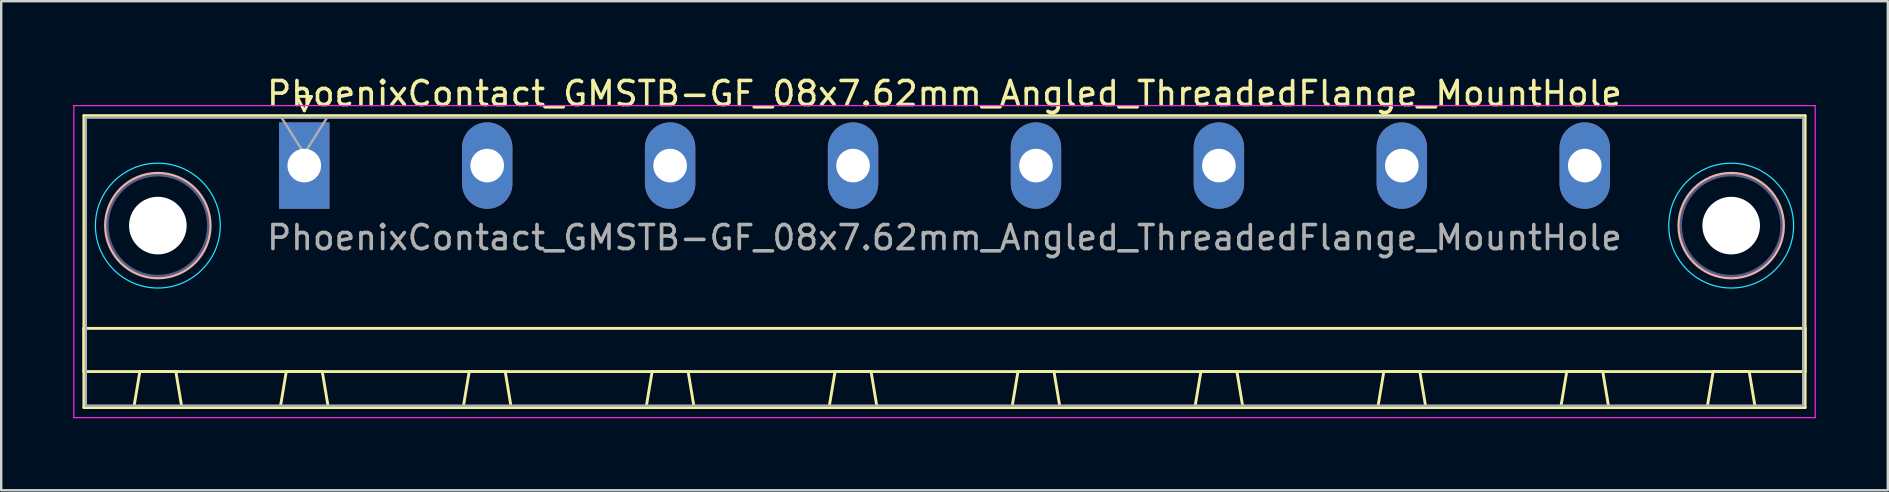
<source format=kicad_pcb>
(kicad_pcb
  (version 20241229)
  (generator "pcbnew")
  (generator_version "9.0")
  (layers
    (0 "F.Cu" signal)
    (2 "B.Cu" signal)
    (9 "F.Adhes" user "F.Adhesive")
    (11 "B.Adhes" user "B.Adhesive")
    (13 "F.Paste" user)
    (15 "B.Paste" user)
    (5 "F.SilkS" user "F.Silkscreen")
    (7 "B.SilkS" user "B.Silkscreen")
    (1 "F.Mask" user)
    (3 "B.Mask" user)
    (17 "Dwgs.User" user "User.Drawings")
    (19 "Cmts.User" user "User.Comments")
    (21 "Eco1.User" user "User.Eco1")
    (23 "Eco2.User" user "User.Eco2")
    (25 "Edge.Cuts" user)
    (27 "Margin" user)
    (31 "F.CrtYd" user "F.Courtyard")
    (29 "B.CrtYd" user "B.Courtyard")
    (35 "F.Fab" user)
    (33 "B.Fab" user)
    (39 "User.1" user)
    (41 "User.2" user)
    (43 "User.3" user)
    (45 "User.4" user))
  (footprint "PhoenixContact_GMSTB-GF_08x7.62mm_Angled_ThreadedFlange_MountHole"
    (layer "F.Cu")
    (at 9.625 3.848)
    (property "Reference" "PhoenixContact_GMSTB-GF_08x7.62mm_Angled_ThreadedFlange_MountHole" (at 26.67 -3 0) (layer "F.SilkS") (effects (font (size 1 1) (thickness 0.15))))
    (attr through_hole)
    (fp_line (start -9.18 -2.08) (end -9.18 10.08) (stroke (width 0.12) (type solid)) (layer "F.SilkS"))
    (fp_line (start -9.18 6.78) (end 62.52 6.78) (stroke (width 0.12) (type solid)) (layer "F.SilkS"))
    (fp_line (start -9.18 8.58) (end -9.18 6.78) (stroke (width 0.12) (type solid)) (layer "F.SilkS"))
    (fp_line (start -9.18 10.08) (end 62.52 10.08) (stroke (width 0.12) (type solid)) (layer "F.SilkS"))
    (fp_line (start -7.1 10.08) (end -5.1 10.08) (stroke (width 0.12) (type solid)) (layer "F.SilkS"))
    (fp_line (start -6.85 8.58) (end -7.1 10.08) (stroke (width 0.12) (type solid)) (layer "F.SilkS"))
    (fp_line (start -5.35 8.58) (end -6.85 8.58) (stroke (width 0.12) (type solid)) (layer "F.SilkS"))
    (fp_line (start -5.1 10.08) (end -5.35 8.58) (stroke (width 0.12) (type solid)) (layer "F.SilkS"))
    (fp_line (start -1 10.08) (end 1 10.08) (stroke (width 0.12) (type solid)) (layer "F.SilkS"))
    (fp_line (start -0.75 8.58) (end -1 10.08) (stroke (width 0.12) (type solid)) (layer "F.SilkS"))
    (fp_line (start -0.3 -2.88) (end 0.3 -2.88) (stroke (width 0.12) (type solid)) (layer "F.SilkS"))
    (fp_line (start 0 -2.28) (end -0.3 -2.88) (stroke (width 0.12) (type solid)) (layer "F.SilkS"))
    (fp_line (start 0.3 -2.88) (end 0 -2.28) (stroke (width 0.12) (type solid)) (layer "F.SilkS"))
    (fp_line (start 0.75 8.58) (end -0.75 8.58) (stroke (width 0.12) (type solid)) (layer "F.SilkS"))
    (fp_line (start 1 10.08) (end 0.75 8.58) (stroke (width 0.12) (type solid)) (layer "F.SilkS"))
    (fp_line (start 6.62 10.08) (end 8.62 10.08) (stroke (width 0.12) (type solid)) (layer "F.SilkS"))
    (fp_line (start 6.87 8.58) (end 6.62 10.08) (stroke (width 0.12) (type solid)) (layer "F.SilkS"))
    (fp_line (start 8.37 8.58) (end 6.87 8.58) (stroke (width 0.12) (type solid)) (layer "F.SilkS"))
    (fp_line (start 8.62 10.08) (end 8.37 8.58) (stroke (width 0.12) (type solid)) (layer "F.SilkS"))
    (fp_line (start 14.24 10.08) (end 16.24 10.08) (stroke (width 0.12) (type solid)) (layer "F.SilkS"))
    (fp_line (start 14.49 8.58) (end 14.24 10.08) (stroke (width 0.12) (type solid)) (layer "F.SilkS"))
    (fp_line (start 15.99 8.58) (end 14.49 8.58) (stroke (width 0.12) (type solid)) (layer "F.SilkS"))
    (fp_line (start 16.24 10.08) (end 15.99 8.58) (stroke (width 0.12) (type solid)) (layer "F.SilkS"))
    (fp_line (start 21.86 10.08) (end 23.86 10.08) (stroke (width 0.12) (type solid)) (layer "F.SilkS"))
    (fp_line (start 22.11 8.58) (end 21.86 10.08) (stroke (width 0.12) (type solid)) (layer "F.SilkS"))
    (fp_line (start 23.61 8.58) (end 22.11 8.58) (stroke (width 0.12) (type solid)) (layer "F.SilkS"))
    (fp_line (start 23.86 10.08) (end 23.61 8.58) (stroke (width 0.12) (type solid)) (layer "F.SilkS"))
    (fp_line (start 29.48 10.08) (end 31.48 10.08) (stroke (width 0.12) (type solid)) (layer "F.SilkS"))
    (fp_line (start 29.73 8.58) (end 29.48 10.08) (stroke (width 0.12) (type solid)) (layer "F.SilkS"))
    (fp_line (start 31.23 8.58) (end 29.73 8.58) (stroke (width 0.12) (type solid)) (layer "F.SilkS"))
    (fp_line (start 31.48 10.08) (end 31.23 8.58) (stroke (width 0.12) (type solid)) (layer "F.SilkS"))
    (fp_line (start 37.1 10.08) (end 39.1 10.08) (stroke (width 0.12) (type solid)) (layer "F.SilkS"))
    (fp_line (start 37.35 8.58) (end 37.1 10.08) (stroke (width 0.12) (type solid)) (layer "F.SilkS"))
    (fp_line (start 38.85 8.58) (end 37.35 8.58) (stroke (width 0.12) (type solid)) (layer "F.SilkS"))
    (fp_line (start 39.1 10.08) (end 38.85 8.58) (stroke (width 0.12) (type solid)) (layer "F.SilkS"))
    (fp_line (start 44.72 10.08) (end 46.72 10.08) (stroke (width 0.12) (type solid)) (layer "F.SilkS"))
    (fp_line (start 44.97 8.58) (end 44.72 10.08) (stroke (width 0.12) (type solid)) (layer "F.SilkS"))
    (fp_line (start 46.47 8.58) (end 44.97 8.58) (stroke (width 0.12) (type solid)) (layer "F.SilkS"))
    (fp_line (start 46.72 10.08) (end 46.47 8.58) (stroke (width 0.12) (type solid)) (layer "F.SilkS"))
    (fp_line (start 52.34 10.08) (end 54.34 10.08) (stroke (width 0.12) (type solid)) (layer "F.SilkS"))
    (fp_line (start 52.59 8.58) (end 52.34 10.08) (stroke (width 0.12) (type solid)) (layer "F.SilkS"))
    (fp_line (start 54.09 8.58) (end 52.59 8.58) (stroke (width 0.12) (type solid)) (layer "F.SilkS"))
    (fp_line (start 54.34 10.08) (end 54.09 8.58) (stroke (width 0.12) (type solid)) (layer "F.SilkS"))
    (fp_line (start 58.44 10.08) (end 60.44 10.08) (stroke (width 0.12) (type solid)) (layer "F.SilkS"))
    (fp_line (start 58.69 8.58) (end 58.44 10.08) (stroke (width 0.12) (type solid)) (layer "F.SilkS"))
    (fp_line (start 60.19 8.58) (end 58.69 8.58) (stroke (width 0.12) (type solid)) (layer "F.SilkS"))
    (fp_line (start 60.44 10.08) (end 60.19 8.58) (stroke (width 0.12) (type solid)) (layer "F.SilkS"))
    (fp_line (start 62.52 -2.08) (end -9.18 -2.08) (stroke (width 0.12) (type solid)) (layer "F.SilkS"))
    (fp_line (start 62.52 6.78) (end 62.52 8.58) (stroke (width 0.12) (type solid)) (layer "F.SilkS"))
    (fp_line (start 62.52 8.58) (end -9.18 8.58) (stroke (width 0.12) (type solid)) (layer "F.SilkS"))
    (fp_line (start 62.52 10.08) (end 62.52 -2.08) (stroke (width 0.12) (type solid)) (layer "F.SilkS"))
    (fp_circle (center -6.1 2.5) (end -3.92 2.5) (stroke (width 0.12) (type solid)) (fill no) (layer "B.SilkS"))
    (fp_circle (center 59.44 2.5) (end 61.62 2.5) (stroke (width 0.12) (type solid)) (fill no) (layer "B.SilkS"))
    (fp_circle (center -6.1 2.5) (end -3.5 2.5) (stroke (width 0.05) (type solid)) (fill no) (layer "B.CrtYd"))
    (fp_circle (center 59.44 2.5) (end 62.04 2.5) (stroke (width 0.05) (type solid)) (fill no) (layer "B.CrtYd"))
    (fp_line (start -9.6 -2.5) (end -9.6 10.5) (stroke (width 0.05) (type solid)) (layer "F.CrtYd"))
    (fp_line (start -9.6 10.5) (end 62.94 10.5) (stroke (width 0.05) (type solid)) (layer "F.CrtYd"))
    (fp_line (start 62.94 -2.5) (end -9.6 -2.5) (stroke (width 0.05) (type solid)) (layer "F.CrtYd"))
    (fp_line (start 62.94 10.5) (end 62.94 -2.5) (stroke (width 0.05) (type solid)) (layer "F.CrtYd"))
    (fp_circle (center -6.1 2.5) (end -4 2.5) (stroke (width 0.1) (type solid)) (fill no) (layer "B.Fab"))
    (fp_circle (center 59.44 2.5) (end 61.54 2.5) (stroke (width 0.1) (type solid)) (fill no) (layer "B.Fab"))
    (fp_line (start -9.1 -2) (end -9.1 10) (stroke (width 0.1) (type solid)) (layer "F.Fab"))
    (fp_line (start -9.1 10) (end 62.44 10) (stroke (width 0.1) (type solid)) (layer "F.Fab"))
    (fp_line (start 0 -0.5) (end -0.95 -2) (stroke (width 0.1) (type solid)) (layer "F.Fab"))
    (fp_line (start 0.95 -2) (end 0 -0.5) (stroke (width 0.1) (type solid)) (layer "F.Fab"))
    (fp_line (start 62.44 -2) (end -9.1 -2) (stroke (width 0.1) (type solid)) (layer "F.Fab"))
    (fp_line (start 62.44 10) (end 62.44 -2) (stroke (width 0.1) (type solid)) (layer "F.Fab"))
    (fp_text user "${REFERENCE}" (at 26.67 3 0) (layer "F.Fab") (effects (font (size 1 1) (thickness 0.15))))
    (pad "" np_thru_hole circle (at -6.1 2.5) (size 2.4 2.4) (drill 2.4) (layers "*.Cu" "*.Mask"))
    (pad "" np_thru_hole circle (at 59.44 2.5) (size 2.4 2.4) (drill 2.4) (layers "*.Cu" "*.Mask"))
    (pad "1" thru_hole rect (at 0 0) (size 2.1 3.6) (drill 1.4) (layers "*.Cu" "*.Mask"))
    (pad "2" thru_hole oval (at 7.62 0) (size 2.1 3.6) (drill 1.4) (layers "*.Cu" "*.Mask"))
    (pad "3" thru_hole oval (at 15.24 0) (size 2.1 3.6) (drill 1.4) (layers "*.Cu" "*.Mask"))
    (pad "4" thru_hole oval (at 22.86 0) (size 2.1 3.6) (drill 1.4) (layers "*.Cu" "*.Mask"))
    (pad "5" thru_hole oval (at 30.48 0) (size 2.1 3.6) (drill 1.4) (layers "*.Cu" "*.Mask"))
    (pad "6" thru_hole oval (at 38.1 0) (size 2.1 3.6) (drill 1.4) (layers "*.Cu" "*.Mask"))
    (pad "7" thru_hole oval (at 45.72 0) (size 2.1 3.6) (drill 1.4) (layers "*.Cu" "*.Mask"))
    (pad "8" thru_hole oval (at 53.34 0) (size 2.1 3.6) (drill 1.4) (layers "*.Cu" "*.Mask")))
  (gr_rect
    (start -3 -3)
    (end 75.59 17.373)
    (stroke (width 0.1) (type default))
    (fill no)
    (layer "Edge.Cuts")))
</source>
